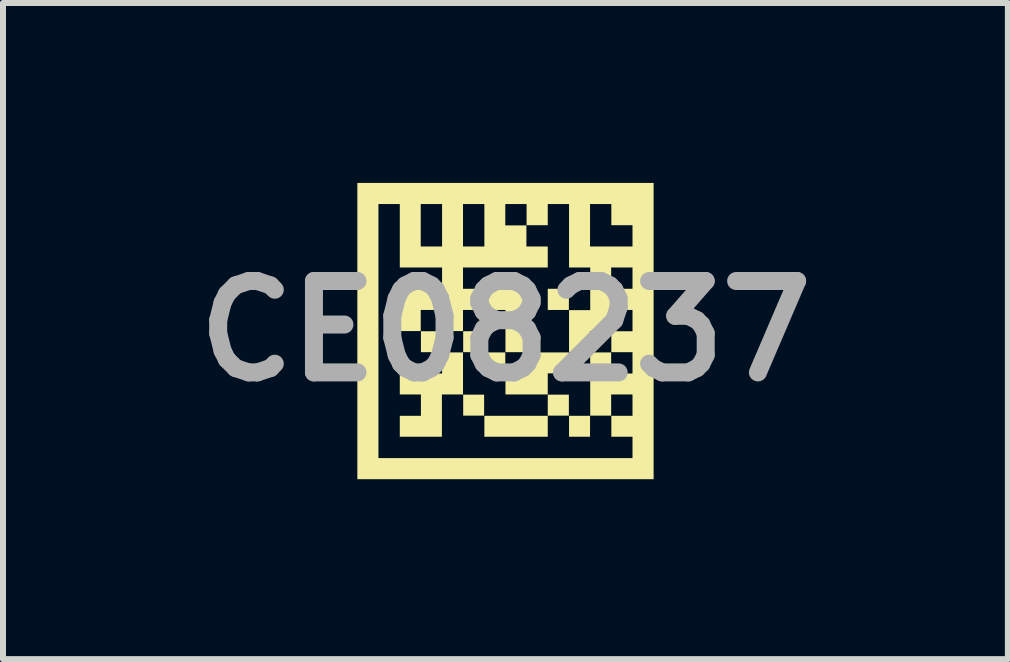
<source format=kicad_pcb>
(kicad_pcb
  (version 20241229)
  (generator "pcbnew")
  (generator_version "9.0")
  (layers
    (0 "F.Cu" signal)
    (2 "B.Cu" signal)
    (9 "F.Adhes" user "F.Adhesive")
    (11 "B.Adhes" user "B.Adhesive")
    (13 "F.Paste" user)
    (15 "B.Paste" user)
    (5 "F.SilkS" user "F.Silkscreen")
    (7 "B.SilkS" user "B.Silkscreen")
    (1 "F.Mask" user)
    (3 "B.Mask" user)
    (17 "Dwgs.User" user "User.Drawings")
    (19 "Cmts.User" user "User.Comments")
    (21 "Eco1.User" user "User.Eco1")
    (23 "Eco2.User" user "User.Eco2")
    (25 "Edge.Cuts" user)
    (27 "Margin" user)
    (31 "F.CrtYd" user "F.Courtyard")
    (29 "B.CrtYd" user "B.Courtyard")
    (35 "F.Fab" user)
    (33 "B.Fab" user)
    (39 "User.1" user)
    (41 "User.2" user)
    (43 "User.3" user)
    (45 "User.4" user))
  (footprint "CE08237"
    (layer "F.Cu")
    (at 5.378 2.47)
    (property "Reference" "CE08237" (at 0 0 0) (layer "F.Fab") (effects (font (size 1.524 1.524) (thickness 0.3))))
    (attr through_hole)
    (fp_poly (pts (xy -1.06 0.352) (xy -1.41 0.352) (xy -1.41 0.003) (xy -1.06 0.003) (xy -1.06 0.352)) (stroke (width 0) (type solid)) (fill yes) (layer "F.SilkS"))
    (fp_poly (pts (xy -0.356 0.352) (xy -0.705 0.352) (xy -0.705 0.003) (xy -0.356 0.003) (xy -0.356 0.352)) (stroke (width 0) (type solid)) (fill yes) (layer "F.SilkS"))
    (fp_poly (pts (xy -0.356 1.41) (xy -0.705 1.41) (xy -0.705 1.06) (xy -0.356 1.06) (xy -0.356 1.41)) (stroke (width 0) (type solid)) (fill yes) (layer "F.SilkS"))
    (fp_poly (pts (xy -0.003 0.705) (xy -0.352 0.705) (xy -0.352 0.356) (xy -0.003 0.356) (xy -0.003 0.705)) (stroke (width 0) (type solid)) (fill yes) (layer "F.SilkS"))
    (fp_poly (pts (xy 0.705 1.762) (xy -0.352 1.762) (xy -0.352 1.413) (xy 0.705 1.413) (xy 0.705 1.762)) (stroke (width 0) (type solid)) (fill yes) (layer "F.SilkS"))
    (fp_poly (pts (xy 1.057 -0.352) (xy 0.705 -0.352) (xy 0.705 -0.705) (xy 1.057 -0.705) (xy 1.057 -0.352)) (stroke (width 0) (type solid)) (fill yes) (layer "F.SilkS"))
    (fp_poly (pts (xy 1.057 1.41) (xy 0.705 1.41) (xy 0.705 1.06) (xy 1.057 1.06) (xy 1.057 1.41)) (stroke (width 0) (type solid)) (fill yes) (layer "F.SilkS"))
    (fp_poly (pts (xy 1.41 1.762) (xy 1.06 1.762) (xy 1.06 1.413) (xy 1.41 1.413) (xy 1.41 1.762)) (stroke (width 0) (type solid)) (fill yes) (layer "F.SilkS"))
    (fp_poly (pts (xy 1.057 0.705) (xy 0.705 0.705) (xy 0.705 1.057) (xy 0 1.057) (xy 0 0.708) (xy 0.352 0.708) (xy 0.352 0.356) (xy 1.057 0.356) (xy 1.057 0.705)) (stroke (width 0) (type solid)) (fill yes) (layer "F.SilkS"))
    (fp_poly (pts (xy -0.708 1.057) (xy -1.06 1.057) (xy -1.06 1.762) (xy -1.762 1.762) (xy -1.762 1.413) (xy -1.41 1.413) (xy -1.41 1.057) (xy -1.762 1.057) (xy -1.762 0.708) (xy -1.057 0.708) (xy -1.057 0.356) (xy -0.708 0.356) (xy -0.708 1.057)) (stroke (width 0) (type solid)) (fill yes) (layer "F.SilkS"))
    (fp_poly (pts (xy 2.47 2.47) (xy -2.47 2.47) (xy -2.47 -2.118) (xy -2.118 -2.118) (xy -2.118 2.118) (xy 2.118 2.118) (xy 2.118 1.762) (xy 1.765 1.762) (xy 1.765 1.413) (xy 2.118 1.413) (xy 2.118 1.057) (xy 1.762 1.057) (xy 1.762 1.41) (xy 1.413 1.41) (xy 1.413 0.356) (xy 1.762 0.356) (xy 1.762 0.708) (xy 2.118 0.708) (xy 2.118 0.352) (xy 1.765 0.352) (xy 1.765 0.003) (xy 2.118 0.003) (xy 2.118 -0.352) (xy 1.762 -0.352) (xy 1.762 0) (xy 1.41 0) (xy 1.41 0.352) (xy 1.06 0.352) (xy 1.06 -0.349) (xy 1.413 -0.349) (xy 1.413 -1.06) (xy 1.762 -1.06) (xy 1.762 -0.705) (xy 2.118 -0.705) (xy 2.118 -1.06) (xy 1.762 -1.06) (xy 1.413 -1.06) (xy 1.06 -1.06) (xy 1.06 -2.118) (xy 1.41 -2.118) (xy 1.41 -1.41) (xy 2.118 -1.41) (xy 2.118 -1.765) (xy 1.765 -1.765) (xy 1.765 -2.118) (xy 1.41 -2.118) (xy 1.06 -2.118) (xy 0.705 -2.118) (xy 0.705 -1.765) (xy 0.352 -1.765) (xy 0.352 -2.118) (xy -0.003 -2.118) (xy -0.003 -1.762) (xy 0.349 -1.762) (xy 0.349 -1.41) (xy 0.705 -1.41) (xy 0.705 -1.06) (xy -0.708 -1.06) (xy -0.708 -0.705) (xy 0.349 -0.705) (xy 0.349 0.352) (xy 0 0.352) (xy 0 -0.352) (xy -0.708 -0.352) (xy -0.708 0) (xy -1.057 0) (xy -1.057 -0.352) (xy -1.413 -0.352) (xy -1.413 0) (xy -1.762 0) (xy -1.762 -0.705) (xy -1.057 -0.705) (xy -1.057 -1.06) (xy -1.762 -1.06) (xy -1.762 -2.118) (xy -1.413 -2.118) (xy -1.413 -1.41) (xy -1.057 -1.41) (xy -1.057 -2.118) (xy -0.708 -2.118) (xy -0.708 -1.41) (xy -0.352 -1.41) (xy -0.352 -2.118) (xy -0.708 -2.118) (xy -1.057 -2.118) (xy -1.413 -2.118) (xy -1.762 -2.118) (xy -2.118 -2.118) (xy -2.47 -2.118) (xy -2.47 -2.47) (xy 2.47 -2.47) (xy 2.47 2.47)) (stroke (width 0) (type solid)) (fill yes) (layer "F.SilkS")))
  (gr_rect
    (start -3 -3)
    (end 13.755 7.94)
    (stroke (width 0.1) (type default))
    (fill no)
    (layer "Edge.Cuts")))
</source>
